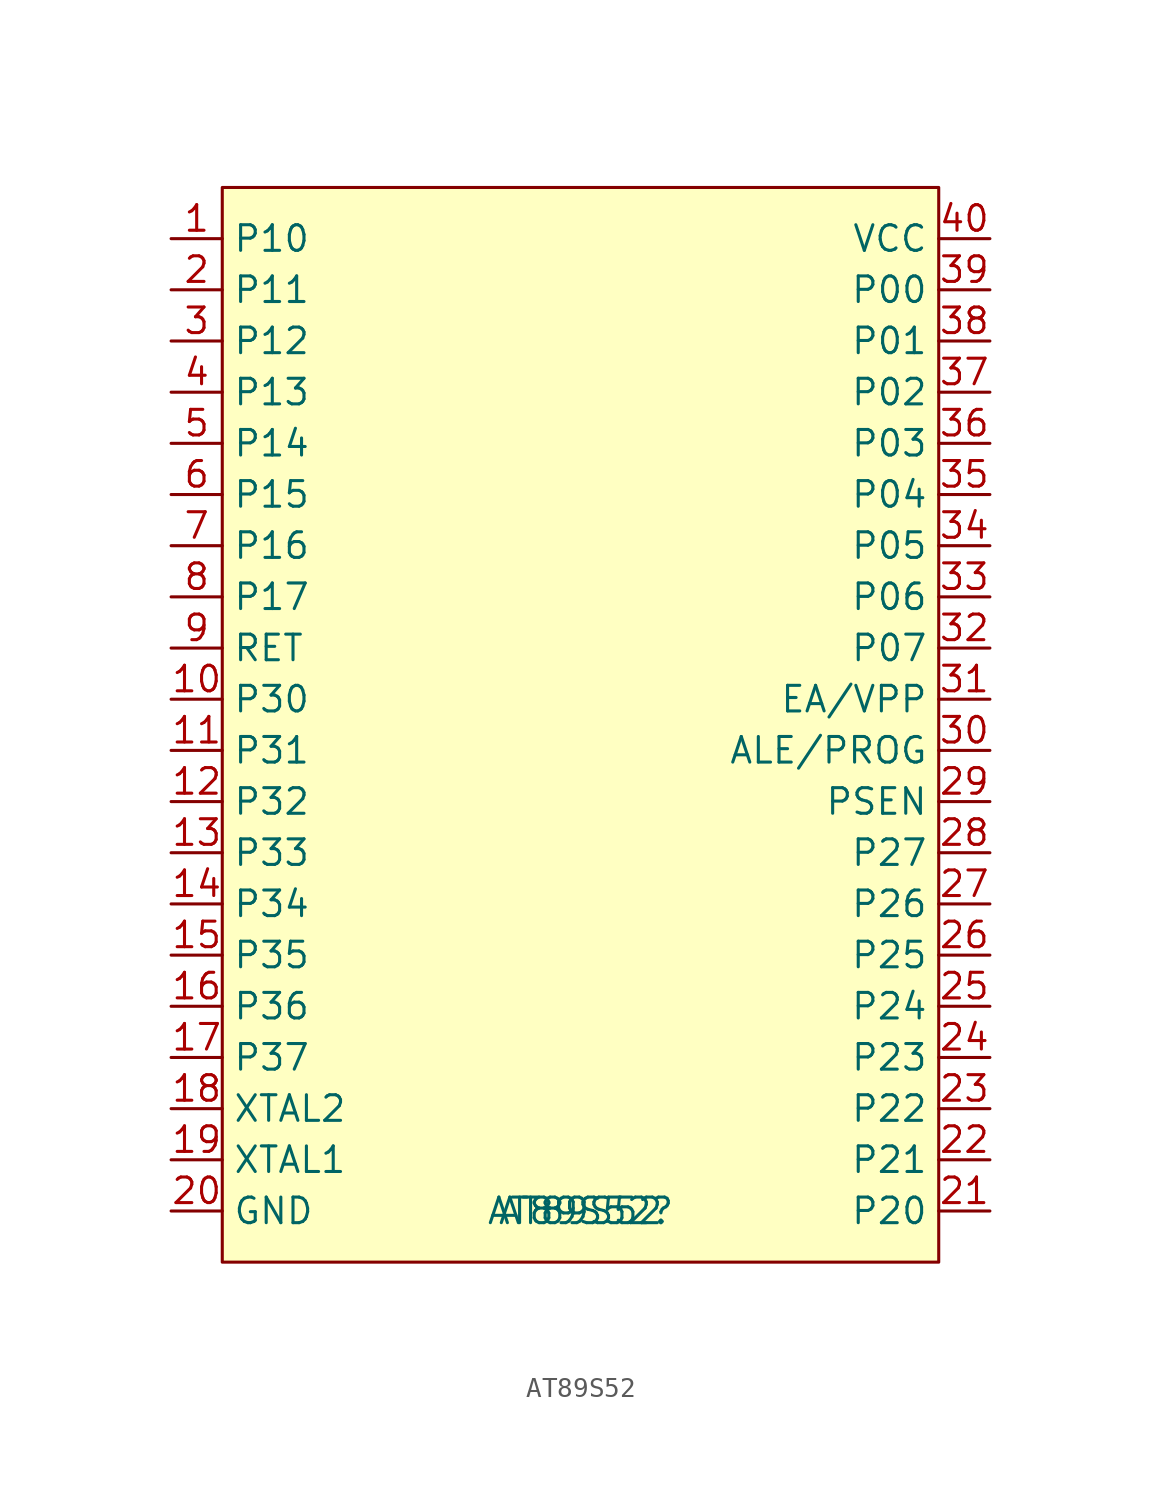
<source format=kicad_sym>
(kicad_symbol_lib
  (version 20211014)
  (generator kicad_symbol_editor)
  (symbol "AT89S52"
    (property "Reference" "AT89S52"
      (at 0 0 0)
      (effects (font (size 1.27 1.27))))
    (property "Value" "AT89S52"
      (at 0 0 0)
      (effects (font (size 1.27 1.27))))
    (property "Footprint" ""
      (at 0 0 0)
      (effects (font (size 1.27 1.27))))
    (symbol "AT89S52_0_1"
      (rectangle (start -17.78 50.8) (end 17.78 -2.54) (stroke (width 0) (type default) (color 0 0 0 0)) (fill (type background))))
    (symbol "AT89S52_1_1"
      (pin free line (at -20.32 48.26 0) (length 2.54) (name "P10" (effects (font (size 1.27 1.27)))) (number "1" (effects (font (size 1.27 1.27)))))
      (pin free line (at -20.32 25.4 0) (length 2.54) (name "P30" (effects (font (size 1.27 1.27)))) (number "10" (effects (font (size 1.27 1.27)))))
      (pin free line (at -20.32 22.86 0) (length 2.54) (name "P31" (effects (font (size 1.27 1.27)))) (number "11" (effects (font (size 1.27 1.27)))))
      (pin free line (at -20.32 20.32 0) (length 2.54) (name "P32" (effects (font (size 1.27 1.27)))) (number "12" (effects (font (size 1.27 1.27)))))
      (pin free line (at -20.32 17.78 0) (length 2.54) (name "P33" (effects (font (size 1.27 1.27)))) (number "13" (effects (font (size 1.27 1.27)))))
      (pin free line (at -20.32 15.24 0) (length 2.54) (name "P34" (effects (font (size 1.27 1.27)))) (number "14" (effects (font (size 1.27 1.27)))))
      (pin free line (at -20.32 12.7 0) (length 2.54) (name "P35" (effects (font (size 1.27 1.27)))) (number "15" (effects (font (size 1.27 1.27)))))
      (pin free line (at -20.32 10.16 0) (length 2.54) (name "P36" (effects (font (size 1.27 1.27)))) (number "16" (effects (font (size 1.27 1.27)))))
      (pin free line (at -20.32 7.62 0) (length 2.54) (name "P37" (effects (font (size 1.27 1.27)))) (number "17" (effects (font (size 1.27 1.27)))))
      (pin free line (at -20.32 5.08 0) (length 2.54) (name "XTAL2" (effects (font (size 1.27 1.27)))) (number "18" (effects (font (size 1.27 1.27)))))
      (pin free line (at -20.32 2.54 0) (length 2.54) (name "XTAL1" (effects (font (size 1.27 1.27)))) (number "19" (effects (font (size 1.27 1.27)))))
      (pin free line (at -20.32 45.72 0) (length 2.54) (name "P11" (effects (font (size 1.27 1.27)))) (number "2" (effects (font (size 1.27 1.27)))))
      (pin power_in line (at -20.32 0 0) (length 2.54) (name "GND" (effects (font (size 1.27 1.27)))) (number "20" (effects (font (size 1.27 1.27)))))
      (pin free line (at 20.32 0 180) (length 2.54) (name "P20" (effects (font (size 1.27 1.27)))) (number "21" (effects (font (size 1.27 1.27)))))
      (pin free line (at 20.32 2.54 180) (length 2.54) (name "P21" (effects (font (size 1.27 1.27)))) (number "22" (effects (font (size 1.27 1.27)))))
      (pin free line (at 20.32 5.08 180) (length 2.54) (name "P22" (effects (font (size 1.27 1.27)))) (number "23" (effects (font (size 1.27 1.27)))))
      (pin free line (at 20.32 7.62 180) (length 2.54) (name "P23" (effects (font (size 1.27 1.27)))) (number "24" (effects (font (size 1.27 1.27)))))
      (pin free line (at 20.32 10.16 180) (length 2.54) (name "P24" (effects (font (size 1.27 1.27)))) (number "25" (effects (font (size 1.27 1.27)))))
      (pin free line (at 20.32 12.7 180) (length 2.54) (name "P25" (effects (font (size 1.27 1.27)))) (number "26" (effects (font (size 1.27 1.27)))))
      (pin free line (at 20.32 15.24 180) (length 2.54) (name "P26" (effects (font (size 1.27 1.27)))) (number "27" (effects (font (size 1.27 1.27)))))
      (pin free line (at 20.32 17.78 180) (length 2.54) (name "P27" (effects (font (size 1.27 1.27)))) (number "28" (effects (font (size 1.27 1.27)))))
      (pin unspecified line (at 20.32 20.32 180) (length 2.54) (name "PSEN" (effects (font (size 1.27 1.27)))) (number "29" (effects (font (size 1.27 1.27)))))
      (pin free line (at -20.32 43.18 0) (length 2.54) (name "P12" (effects (font (size 1.27 1.27)))) (number "3" (effects (font (size 1.27 1.27)))))
      (pin unspecified line (at 20.32 22.86 180) (length 2.54) (name "ALE/PROG" (effects (font (size 1.27 1.27)))) (number "30" (effects (font (size 1.27 1.27)))))
      (pin power_in line (at 20.32 25.4 180) (length 2.54) (name "EA/VPP" (effects (font (size 1.27 1.27)))) (number "31" (effects (font (size 1.27 1.27)))))
      (pin free line (at 20.32 27.94 180) (length 2.54) (name "P07" (effects (font (size 1.27 1.27)))) (number "32" (effects (font (size 1.27 1.27)))))
      (pin free line (at 20.32 30.48 180) (length 2.54) (name "P06" (effects (font (size 1.27 1.27)))) (number "33" (effects (font (size 1.27 1.27)))))
      (pin free line (at 20.32 33.02 180) (length 2.54) (name "P05" (effects (font (size 1.27 1.27)))) (number "34" (effects (font (size 1.27 1.27)))))
      (pin free line (at 20.32 35.56 180) (length 2.54) (name "P04" (effects (font (size 1.27 1.27)))) (number "35" (effects (font (size 1.27 1.27)))))
      (pin free line (at 20.32 38.1 180) (length 2.54) (name "P03" (effects (font (size 1.27 1.27)))) (number "36" (effects (font (size 1.27 1.27)))))
      (pin free line (at 20.32 40.64 180) (length 2.54) (name "P02" (effects (font (size 1.27 1.27)))) (number "37" (effects (font (size 1.27 1.27)))))
      (pin free line (at 20.32 43.18 180) (length 2.54) (name "P01" (effects (font (size 1.27 1.27)))) (number "38" (effects (font (size 1.27 1.27)))))
      (pin free line (at 20.32 45.72 180) (length 2.54) (name "P00" (effects (font (size 1.27 1.27)))) (number "39" (effects (font (size 1.27 1.27)))))
      (pin free line (at -20.32 40.64 0) (length 2.54) (name "P13" (effects (font (size 1.27 1.27)))) (number "4" (effects (font (size 1.27 1.27)))))
      (pin power_in line (at 20.32 48.26 180) (length 2.54) (name "VCC" (effects (font (size 1.27 1.27)))) (number "40" (effects (font (size 1.27 1.27)))))
      (pin free line (at -20.32 38.1 0) (length 2.54) (name "P14" (effects (font (size 1.27 1.27)))) (number "5" (effects (font (size 1.27 1.27)))))
      (pin free line (at -20.32 35.56 0) (length 2.54) (name "P15" (effects (font (size 1.27 1.27)))) (number "6" (effects (font (size 1.27 1.27)))))
      (pin free line (at -20.32 33.02 0) (length 2.54) (name "P16" (effects (font (size 1.27 1.27)))) (number "7" (effects (font (size 1.27 1.27)))))
      (pin free line (at -20.32 30.48 0) (length 2.54) (name "P17" (effects (font (size 1.27 1.27)))) (number "8" (effects (font (size 1.27 1.27)))))
      (pin input line (at -20.32 27.94 0) (length 2.54) (name "RET" (effects (font (size 1.27 1.27)))) (number "9" (effects (font (size 1.27 1.27))))))))
</source>
